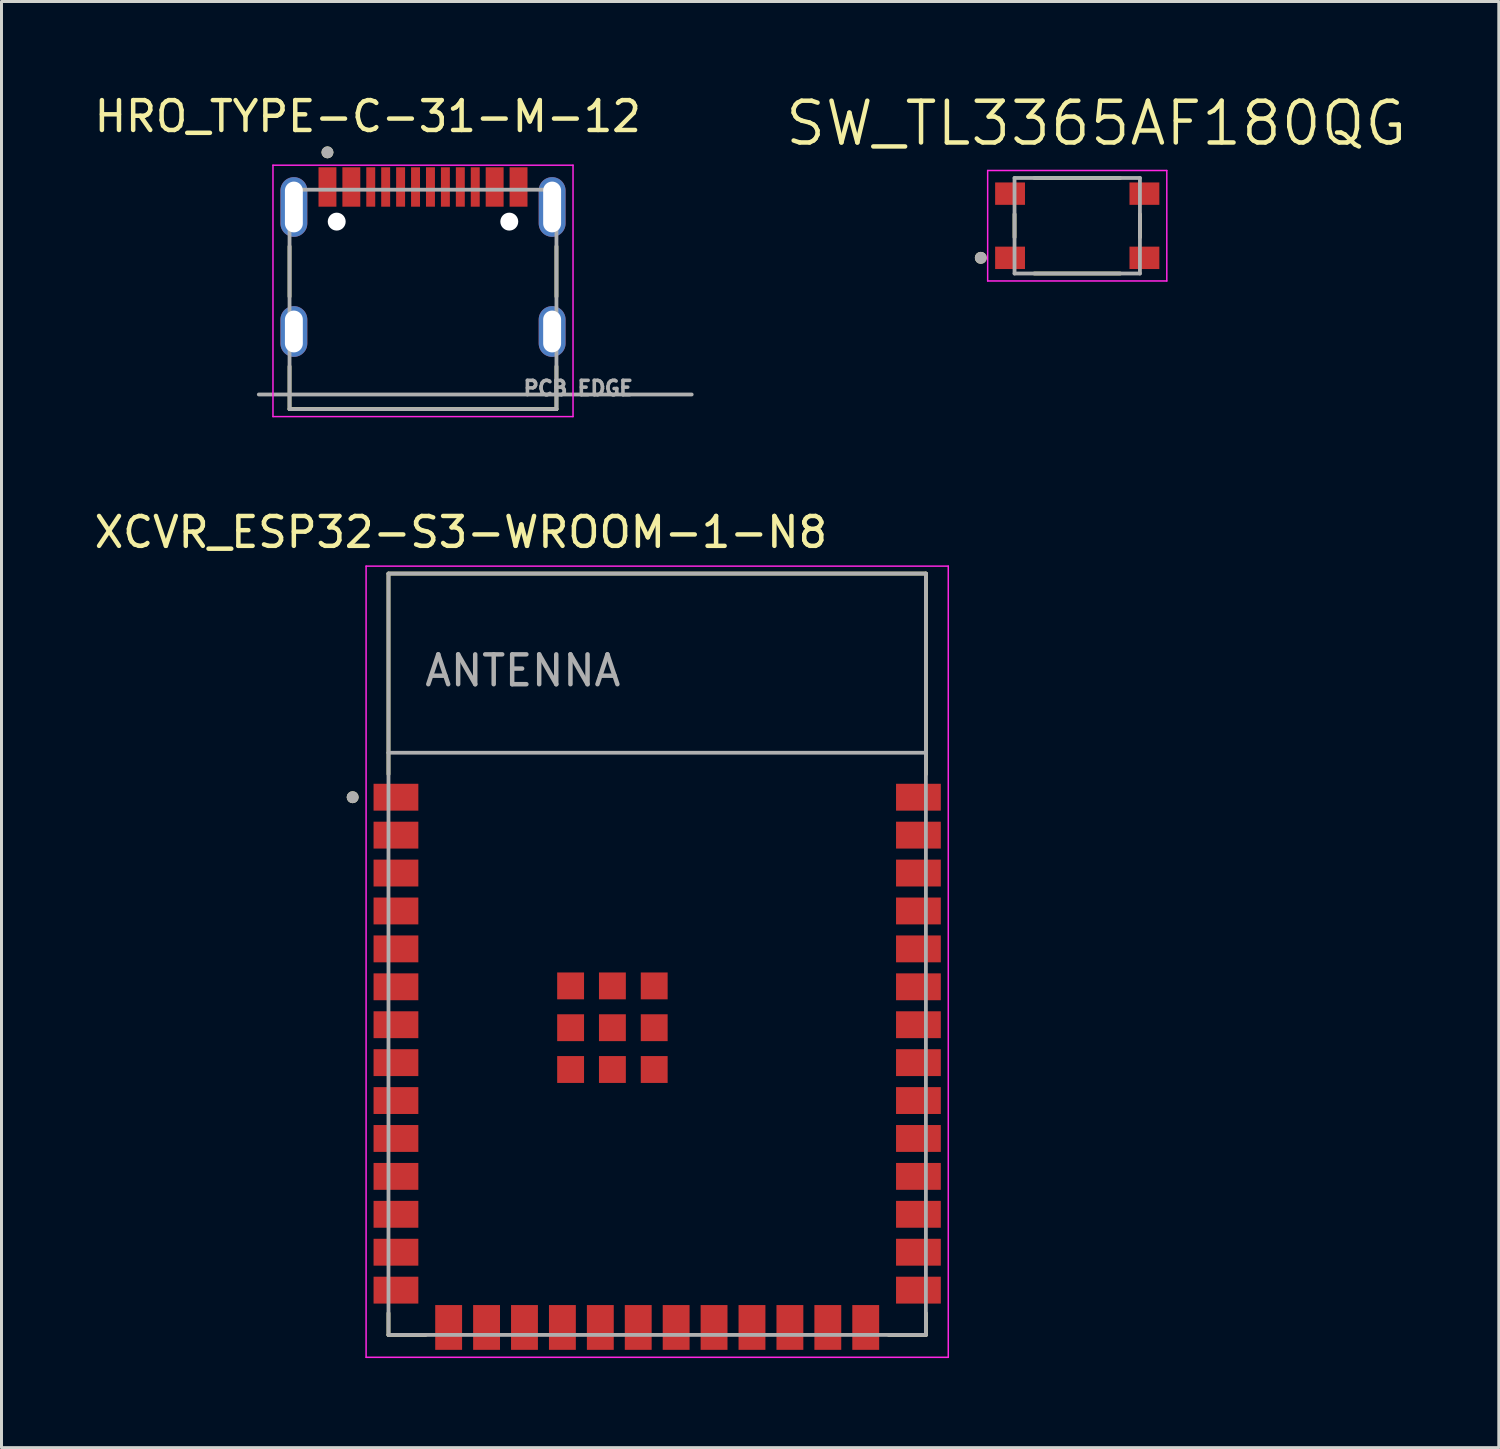
<source format=kicad_pcb>
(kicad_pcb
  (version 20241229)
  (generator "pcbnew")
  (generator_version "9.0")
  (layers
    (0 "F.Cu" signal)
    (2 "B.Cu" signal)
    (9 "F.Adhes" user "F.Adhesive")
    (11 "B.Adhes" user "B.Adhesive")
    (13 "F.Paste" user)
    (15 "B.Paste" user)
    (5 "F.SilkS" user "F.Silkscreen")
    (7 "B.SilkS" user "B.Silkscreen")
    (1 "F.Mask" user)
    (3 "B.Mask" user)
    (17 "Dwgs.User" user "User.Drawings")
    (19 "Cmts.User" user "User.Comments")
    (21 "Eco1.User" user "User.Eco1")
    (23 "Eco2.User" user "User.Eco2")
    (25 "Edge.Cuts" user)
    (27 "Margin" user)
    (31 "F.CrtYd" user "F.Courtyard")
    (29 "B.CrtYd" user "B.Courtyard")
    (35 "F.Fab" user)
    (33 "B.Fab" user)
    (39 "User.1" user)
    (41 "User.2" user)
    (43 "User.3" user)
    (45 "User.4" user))
  (footprint "XCVR_ESP32-S3-WROOM-1-N8"
    (layer "F.Cu")
    (at 18.962 28.912)
    (property "Reference" "XCVR_ESP32-S3-WROOM-1-N8" (at -6.575 -14.135 0) (layer "F.SilkS") (effects (font (size 1 1) (thickness 0.15))))
    (attr smd)
    (fp_line (start -9 -12.75) (end 9 -12.75) (stroke (width 0.127) (type solid)) (layer "F.SilkS"))
    (fp_line (start -9 -6.03) (end -9 -12.75) (stroke (width 0.127) (type solid)) (layer "F.SilkS"))
    (fp_line (start -9 12.02) (end -9 12.75) (stroke (width 0.127) (type solid)) (layer "F.SilkS"))
    (fp_line (start -9 12.75) (end -7.755 12.75) (stroke (width 0.127) (type solid)) (layer "F.SilkS"))
    (fp_line (start 9 -12.75) (end 9 -6.03) (stroke (width 0.127) (type solid)) (layer "F.SilkS"))
    (fp_line (start 9 12.02) (end 9 12.75) (stroke (width 0.127) (type solid)) (layer "F.SilkS"))
    (fp_line (start 9 12.75) (end 7.755 12.75) (stroke (width 0.127) (type solid)) (layer "F.SilkS"))
    (fp_circle (center -10.2 -5.26) (end -10.1 -5.26) (stroke (width 0.2) (type solid)) (fill no) (layer "F.SilkS"))
    (fp_line (start -9.75 -13) (end 9.75 -13) (stroke (width 0.05) (type solid)) (layer "F.CrtYd"))
    (fp_line (start -9.75 13.5) (end -9.75 -13) (stroke (width 0.05) (type solid)) (layer "F.CrtYd"))
    (fp_line (start -9.75 13.5) (end 9.75 13.5) (stroke (width 0.05) (type solid)) (layer "F.CrtYd"))
    (fp_line (start 9.75 -13) (end 9.75 13.5) (stroke (width 0.05) (type solid)) (layer "F.CrtYd"))
    (fp_line (start -9 -12.75) (end 9 -12.75) (stroke (width 0.127) (type solid)) (layer "F.Fab"))
    (fp_line (start -9 -6.75) (end -9 -12.75) (stroke (width 0.127) (type solid)) (layer "F.Fab"))
    (fp_line (start -9 -6.75) (end 9 -6.75) (stroke (width 0.127) (type solid)) (layer "F.Fab"))
    (fp_line (start -9 12.75) (end -9 -6.75) (stroke (width 0.127) (type solid)) (layer "F.Fab"))
    (fp_line (start 9 -12.75) (end 9 -6.75) (stroke (width 0.127) (type solid)) (layer "F.Fab"))
    (fp_line (start 9 -6.75) (end 9 12.75) (stroke (width 0.127) (type solid)) (layer "F.Fab"))
    (fp_line (start 9 12.75) (end -9 12.75) (stroke (width 0.127) (type solid)) (layer "F.Fab"))
    (fp_circle (center -10.2 -5.26) (end -10.1 -5.26) (stroke (width 0.2) (type solid)) (fill no) (layer "F.Fab"))
    (fp_text user "ANTENNA" (at -4.5 -9.5 0) (layer "F.Fab") (effects (font (size 1 1) (thickness 0.15))))
    (pad "1" smd rect (at -8.75 -5.26) (size 1.5 0.9) (layers "F.Cu" "F.Mask" "F.Paste"))
    (pad "1" smd rect (at -2.9 1.06) (size 0.9 0.9) (layers "F.Cu" "F.Mask" "F.Paste"))
    (pad "1" smd rect (at -2.9 2.46) (size 0.9 0.9) (layers "F.Cu" "F.Mask" "F.Paste"))
    (pad "1" smd rect (at -2.9 3.86) (size 0.9 0.9) (layers "F.Cu" "F.Mask" "F.Paste"))
    (pad "1" smd rect (at -1.5 1.06) (size 0.9 0.9) (layers "F.Cu" "F.Mask" "F.Paste"))
    (pad "1" smd rect (at -1.5 2.46) (size 0.9 0.9) (layers "F.Cu" "F.Mask" "F.Paste"))
    (pad "1" smd rect (at -1.5 3.86) (size 0.9 0.9) (layers "F.Cu" "F.Mask" "F.Paste"))
    (pad "1" smd rect (at -0.1 1.06) (size 0.9 0.9) (layers "F.Cu" "F.Mask" "F.Paste"))
    (pad "1" smd rect (at -0.1 2.46) (size 0.9 0.9) (layers "F.Cu" "F.Mask" "F.Paste"))
    (pad "1" smd rect (at -0.1 3.86) (size 0.9 0.9) (layers "F.Cu" "F.Mask" "F.Paste"))
    (pad "2" smd rect (at -8.75 -3.99) (size 1.5 0.9) (layers "F.Cu" "F.Mask" "F.Paste"))
    (pad "3" smd rect (at -8.75 -2.72) (size 1.5 0.9) (layers "F.Cu" "F.Mask" "F.Paste"))
    (pad "4" smd rect (at -8.75 -1.45) (size 1.5 0.9) (layers "F.Cu" "F.Mask" "F.Paste"))
    (pad "5" smd rect (at -8.75 -0.18) (size 1.5 0.9) (layers "F.Cu" "F.Mask" "F.Paste"))
    (pad "6" smd rect (at -8.75 1.09) (size 1.5 0.9) (layers "F.Cu" "F.Mask" "F.Paste"))
    (pad "7" smd rect (at -8.75 2.36) (size 1.5 0.9) (layers "F.Cu" "F.Mask" "F.Paste"))
    (pad "8" smd rect (at -8.75 3.63) (size 1.5 0.9) (layers "F.Cu" "F.Mask" "F.Paste"))
    (pad "9" smd rect (at -8.75 4.9) (size 1.5 0.9) (layers "F.Cu" "F.Mask" "F.Paste"))
    (pad "10" smd rect (at -8.75 6.17) (size 1.5 0.9) (layers "F.Cu" "F.Mask" "F.Paste"))
    (pad "11" smd rect (at -8.75 7.44) (size 1.5 0.9) (layers "F.Cu" "F.Mask" "F.Paste"))
    (pad "12" smd rect (at -8.75 8.71) (size 1.5 0.9) (layers "F.Cu" "F.Mask" "F.Paste"))
    (pad "13" smd rect (at -8.75 9.98) (size 1.5 0.9) (layers "F.Cu" "F.Mask" "F.Paste"))
    (pad "14" smd rect (at -8.75 11.25) (size 1.5 0.9) (layers "F.Cu" "F.Mask" "F.Paste"))
    (pad "15" smd rect (at -6.985 12.5) (size 0.9 1.5) (layers "F.Cu" "F.Mask" "F.Paste"))
    (pad "16" smd rect (at -5.715 12.5) (size 0.9 1.5) (layers "F.Cu" "F.Mask" "F.Paste"))
    (pad "17" smd rect (at -4.445 12.5) (size 0.9 1.5) (layers "F.Cu" "F.Mask" "F.Paste"))
    (pad "18" smd rect (at -3.175 12.5) (size 0.9 1.5) (layers "F.Cu" "F.Mask" "F.Paste"))
    (pad "19" smd rect (at -1.905 12.5) (size 0.9 1.5) (layers "F.Cu" "F.Mask" "F.Paste"))
    (pad "20" smd rect (at -0.635 12.5) (size 0.9 1.5) (layers "F.Cu" "F.Mask" "F.Paste"))
    (pad "21" smd rect (at 0.635 12.5) (size 0.9 1.5) (layers "F.Cu" "F.Mask" "F.Paste"))
    (pad "22" smd rect (at 1.905 12.5) (size 0.9 1.5) (layers "F.Cu" "F.Mask" "F.Paste"))
    (pad "23" smd rect (at 3.175 12.5) (size 0.9 1.5) (layers "F.Cu" "F.Mask" "F.Paste"))
    (pad "24" smd rect (at 4.445 12.5) (size 0.9 1.5) (layers "F.Cu" "F.Mask" "F.Paste"))
    (pad "25" smd rect (at 5.715 12.5) (size 0.9 1.5) (layers "F.Cu" "F.Mask" "F.Paste"))
    (pad "26" smd rect (at 6.985 12.5) (size 0.9 1.5) (layers "F.Cu" "F.Mask" "F.Paste"))
    (pad "27" smd rect (at 8.75 11.25) (size 1.5 0.9) (layers "F.Cu" "F.Mask" "F.Paste"))
    (pad "28" smd rect (at 8.75 9.98) (size 1.5 0.9) (layers "F.Cu" "F.Mask" "F.Paste"))
    (pad "29" smd rect (at 8.75 8.71) (size 1.5 0.9) (layers "F.Cu" "F.Mask" "F.Paste"))
    (pad "30" smd rect (at 8.75 7.44) (size 1.5 0.9) (layers "F.Cu" "F.Mask" "F.Paste"))
    (pad "31" smd rect (at 8.75 6.17) (size 1.5 0.9) (layers "F.Cu" "F.Mask" "F.Paste"))
    (pad "32" smd rect (at 8.75 4.9) (size 1.5 0.9) (layers "F.Cu" "F.Mask" "F.Paste"))
    (pad "33" smd rect (at 8.75 3.63) (size 1.5 0.9) (layers "F.Cu" "F.Mask" "F.Paste"))
    (pad "34" smd rect (at 8.75 2.36) (size 1.5 0.9) (layers "F.Cu" "F.Mask" "F.Paste"))
    (pad "35" smd rect (at 8.75 1.09) (size 1.5 0.9) (layers "F.Cu" "F.Mask" "F.Paste"))
    (pad "36" smd rect (at 8.75 -0.18) (size 1.5 0.9) (layers "F.Cu" "F.Mask" "F.Paste"))
    (pad "37" smd rect (at 8.75 -1.45) (size 1.5 0.9) (layers "F.Cu" "F.Mask" "F.Paste"))
    (pad "38" smd rect (at 8.75 -2.72) (size 1.5 0.9) (layers "F.Cu" "F.Mask" "F.Paste"))
    (pad "39" smd rect (at 8.75 -3.99) (size 1.5 0.9) (layers "F.Cu" "F.Mask" "F.Paste"))
    (pad "40" smd rect (at 8.75 -5.26) (size 1.5 0.9) (layers "F.Cu" "F.Mask" "F.Paste"))
    (zone (net_name "") (layer "F.Cu") (hatch full 0.508) (connect_pads) (min_thickness 0.01) (filled_areas_thickness no) (keepout (tracks not_allowed) (vias not_allowed) (pads not_allowed) (copperpour not_allowed) (footprints allowed)) (placement (enabled no)) (fill) (polygon (pts (xy 9.962 16.162) (xy 27.962 16.162) (xy 27.962 22.162) (xy 9.962 22.162))))
    (zone (net_name "") (layers "F.Cu" "B.Cu") (hatch full 0.508) (connect_pads) (min_thickness 0.01) (filled_areas_thickness no) (keepout (tracks allowed) (vias not_allowed) (pads allowed) (copperpour allowed) (footprints allowed)) (placement (enabled no)) (fill) (polygon (pts (xy 9.962 16.162) (xy 27.962 16.162) (xy 27.962 22.162) (xy 9.962 22.162))))
    (zone (net_name "") (layer "B.Cu") (hatch full 0.508) (connect_pads) (min_thickness 0.01) (filled_areas_thickness no) (keepout (tracks not_allowed) (vias not_allowed) (pads not_allowed) (copperpour not_allowed) (footprints allowed)) (placement (enabled no)) (fill) (polygon (pts (xy 9.962 16.162) (xy 27.962 16.162) (xy 27.962 22.162) (xy 9.962 22.162)))))
  (footprint "SW_TL3365AF180QG"
    (layer "F.Cu")
    (at 33.031 4.511)
    (property "Reference" "SW_TL3365AF180QG" (at 0.635 -3.429 0) (layer "F.SilkS") (effects (font (size 1.4 1.4) (thickness 0.15))))
    (attr smd)
    (fp_line (start -2.1 -0.387) (end -2.1 0.387) (stroke (width 0.127) (type solid)) (layer "F.SilkS"))
    (fp_line (start -1.437 1.6) (end 1.437 1.6) (stroke (width 0.127) (type solid)) (layer "F.SilkS"))
    (fp_line (start 1.437 -1.6) (end -1.437 -1.6) (stroke (width 0.127) (type solid)) (layer "F.SilkS"))
    (fp_line (start 2.1 0.387) (end 2.1 -0.387) (stroke (width 0.127) (type solid)) (layer "F.SilkS"))
    (fp_circle (center -3.23 1.075) (end -3.13 1.075) (stroke (width 0.2) (type solid)) (fill no) (layer "F.SilkS"))
    (fp_line (start -3 -1.85) (end 3 -1.85) (stroke (width 0.05) (type solid)) (layer "F.CrtYd"))
    (fp_line (start -3 1.85) (end -3 -1.85) (stroke (width 0.05) (type solid)) (layer "F.CrtYd"))
    (fp_line (start 3 -1.85) (end 3 1.85) (stroke (width 0.05) (type solid)) (layer "F.CrtYd"))
    (fp_line (start 3 1.85) (end -3 1.85) (stroke (width 0.05) (type solid)) (layer "F.CrtYd"))
    (fp_line (start -2.1 -1.6) (end 2.1 -1.6) (stroke (width 0.127) (type solid)) (layer "F.Fab"))
    (fp_line (start -2.1 1.6) (end -2.1 -1.6) (stroke (width 0.127) (type solid)) (layer "F.Fab"))
    (fp_line (start 2.1 -1.6) (end 2.1 1.6) (stroke (width 0.127) (type solid)) (layer "F.Fab"))
    (fp_line (start 2.1 1.6) (end -2.1 1.6) (stroke (width 0.127) (type solid)) (layer "F.Fab"))
    (fp_circle (center -3.23 1.075) (end -3.13 1.075) (stroke (width 0.2) (type solid)) (fill no) (layer "F.Fab"))
    (pad "1" smd rect (at -2.25 1.075) (size 1 0.75) (layers "F.Cu" "F.Mask" "F.Paste"))
    (pad "1" smd rect (at 2.25 1.075) (size 1 0.75) (layers "F.Cu" "F.Mask" "F.Paste"))
    (pad "2" smd rect (at -2.25 -1.075) (size 1 0.75) (layers "F.Cu" "F.Mask" "F.Paste"))
    (pad "2" smd rect (at 2.25 -1.075) (size 1 0.75) (layers "F.Cu" "F.Mask" "F.Paste")))
  (footprint "HRO_TYPE-C-31-M-12"
    (layer "F.Cu")
    (at 11.118 8.053)
    (property "Reference" "HRO_TYPE-C-31-M-12" (at -1.85 -7.205 0) (layer "F.SilkS") (effects (font (size 1 1) (thickness 0.15))))
    (attr smd)
    (fp_poly (pts (xy -3.55 -5.57) (xy -2.85 -5.57) (xy -2.85 -4.13) (xy -3.55 -4.13)) (stroke (width 0.01) (type solid)) (fill yes) (layer "F.Mask"))
    (fp_poly (pts (xy -2.75 -5.57) (xy -2.05 -5.57) (xy -2.05 -4.13) (xy -2.75 -4.13)) (stroke (width 0.01) (type solid)) (fill yes) (layer "F.Mask"))
    (fp_poly (pts (xy -1.95 -5.57) (xy -1.55 -5.57) (xy -1.55 -4.13) (xy -1.95 -4.13)) (stroke (width 0.01) (type solid)) (fill yes) (layer "F.Mask"))
    (fp_poly (pts (xy -1.45 -5.57) (xy -1.05 -5.57) (xy -1.05 -4.13) (xy -1.45 -4.13)) (stroke (width 0.01) (type solid)) (fill yes) (layer "F.Mask"))
    (fp_poly (pts (xy -0.95 -5.57) (xy -0.55 -5.57) (xy -0.55 -4.13) (xy -0.95 -4.13)) (stroke (width 0.01) (type solid)) (fill yes) (layer "F.Mask"))
    (fp_poly (pts (xy -0.45 -5.57) (xy -0.05 -5.57) (xy -0.05 -4.13) (xy -0.45 -4.13)) (stroke (width 0.01) (type solid)) (fill yes) (layer "F.Mask"))
    (fp_poly (pts (xy 0.05 -5.57) (xy 0.45 -5.57) (xy 0.45 -4.13) (xy 0.05 -4.13)) (stroke (width 0.01) (type solid)) (fill yes) (layer "F.Mask"))
    (fp_poly (pts (xy 0.55 -5.57) (xy 0.95 -5.57) (xy 0.95 -4.13) (xy 0.55 -4.13)) (stroke (width 0.01) (type solid)) (fill yes) (layer "F.Mask"))
    (fp_poly (pts (xy 1.05 -5.57) (xy 1.45 -5.57) (xy 1.45 -4.13) (xy 1.05 -4.13)) (stroke (width 0.01) (type solid)) (fill yes) (layer "F.Mask"))
    (fp_poly (pts (xy 1.55 -5.57) (xy 1.95 -5.57) (xy 1.95 -4.13) (xy 1.55 -4.13)) (stroke (width 0.01) (type solid)) (fill yes) (layer "F.Mask"))
    (fp_poly (pts (xy 2.05 -5.57) (xy 2.75 -5.57) (xy 2.75 -4.13) (xy 2.05 -4.13)) (stroke (width 0.01) (type solid)) (fill yes) (layer "F.Mask"))
    (fp_poly (pts (xy 2.85 -5.57) (xy 3.55 -5.57) (xy 3.55 -4.13) (xy 2.85 -4.13)) (stroke (width 0.01) (type solid)) (fill yes) (layer "F.Mask"))
    (fp_line (start -4.47 -2.85) (end -4.47 -1.17) (stroke (width 0.127) (type solid)) (layer "F.SilkS"))
    (fp_line (start -4.47 2.6) (end -4.47 1.17) (stroke (width 0.127) (type solid)) (layer "F.SilkS"))
    (fp_line (start -4.47 2.6) (end 4.47 2.6) (stroke (width 0.127) (type solid)) (layer "F.SilkS"))
    (fp_line (start 4.47 -2.85) (end 4.47 -1.17) (stroke (width 0.127) (type solid)) (layer "F.SilkS"))
    (fp_line (start 4.47 2.6) (end 4.47 1.17) (stroke (width 0.127) (type solid)) (layer "F.SilkS"))
    (fp_circle (center -3.2 -6) (end -3.1 -6) (stroke (width 0.2) (type solid)) (fill no) (layer "F.SilkS"))
    (fp_line (start -5.025 -5.57) (end -5.025 2.85) (stroke (width 0.05) (type solid)) (layer "F.CrtYd"))
    (fp_line (start -5.025 2.85) (end 5.025 2.85) (stroke (width 0.05) (type solid)) (layer "F.CrtYd"))
    (fp_line (start 5.025 -5.57) (end -5.025 -5.57) (stroke (width 0.05) (type solid)) (layer "F.CrtYd"))
    (fp_line (start 5.025 2.85) (end 5.025 -5.57) (stroke (width 0.05) (type solid)) (layer "F.CrtYd"))
    (fp_line (start -5.5 2.11) (end 9 2.11) (stroke (width 0.127) (type solid)) (layer "F.Fab"))
    (fp_line (start -4.47 -4.75) (end -4.47 2.6) (stroke (width 0.127) (type solid)) (layer "F.Fab"))
    (fp_line (start -4.47 2.6) (end 4.47 2.6) (stroke (width 0.127) (type solid)) (layer "F.Fab"))
    (fp_line (start 4.47 -4.75) (end -4.47 -4.75) (stroke (width 0.127) (type solid)) (layer "F.Fab"))
    (fp_line (start 4.47 2.6) (end 4.47 -4.75) (stroke (width 0.127) (type solid)) (layer "F.Fab"))
    (fp_circle (center -3.2 -6) (end -3.1 -6) (stroke (width 0.2) (type solid)) (fill no) (layer "F.Fab"))
    (fp_text user "PCB EDGE" (at 5.2 1.9 0) (layer "F.Fab") (effects (font (size 0.48 0.48) (thickness 0.15))))
    (pad "" np_thru_hole circle (at -2.89 -3.68) (size 0.6 0.6) (drill 0.6) (layers "*.Cu" "*.Mask"))
    (pad "" np_thru_hole circle (at 2.89 -3.68) (size 0.6 0.6) (drill 0.6) (layers "*.Cu" "*.Mask"))
    (pad "A1_B12" smd rect (at -3.2 -4.84) (size 0.6 1.32) (layers "F.Cu" "F.Paste"))
    (pad "A4_B9" smd rect (at -2.4 -4.84) (size 0.6 1.32) (layers "F.Cu" "F.Paste"))
    (pad "A5" smd rect (at -1.25 -4.84) (size 0.3 1.32) (layers "F.Cu" "F.Paste"))
    (pad "A6" smd rect (at -0.25 -4.84) (size 0.3 1.32) (layers "F.Cu" "F.Paste"))
    (pad "A7" smd rect (at 0.25 -4.84) (size 0.3 1.32) (layers "F.Cu" "F.Paste"))
    (pad "A8" smd rect (at 1.25 -4.84) (size 0.3 1.32) (layers "F.Cu" "F.Paste"))
    (pad "B1_A12" smd rect (at 3.2 -4.84) (size 0.6 1.32) (layers "F.Cu" "F.Paste"))
    (pad "B4_A9" smd rect (at 2.4 -4.84) (size 0.6 1.32) (layers "F.Cu" "F.Paste"))
    (pad "B5" smd rect (at 1.75 -4.84) (size 0.3 1.32) (layers "F.Cu" "F.Paste"))
    (pad "B6" smd rect (at 0.75 -4.84) (size 0.3 1.32) (layers "F.Cu" "F.Paste"))
    (pad "B7" smd rect (at -0.75 -4.84) (size 0.3 1.32) (layers "F.Cu" "F.Paste"))
    (pad "B8" smd rect (at -1.75 -4.84) (size 0.3 1.32) (layers "F.Cu" "F.Paste"))
    (pad "S1" thru_hole oval (at -4.325 -4.17) (size 0.9 2) (drill oval 0.6 1.7) (layers "*.Cu" "*.Mask"))
    (pad "S2" thru_hole oval (at 4.325 -4.17) (size 0.9 2) (drill oval 0.6 1.7) (layers "*.Cu" "*.Mask"))
    (pad "S3" thru_hole oval (at -4.325 0) (size 0.9 1.7) (drill oval 0.6 1.4) (layers "*.Cu" "*.Mask"))
    (pad "S4" thru_hole oval (at 4.325 0) (size 0.9 1.7) (drill oval 0.6 1.4) (layers "*.Cu" "*.Mask")))
  (gr_rect
    (start -3 -3)
    (end 47.151 45.437)
    (stroke (width 0.1) (type default))
    (fill no)
    (layer "Edge.Cuts")))
</source>
